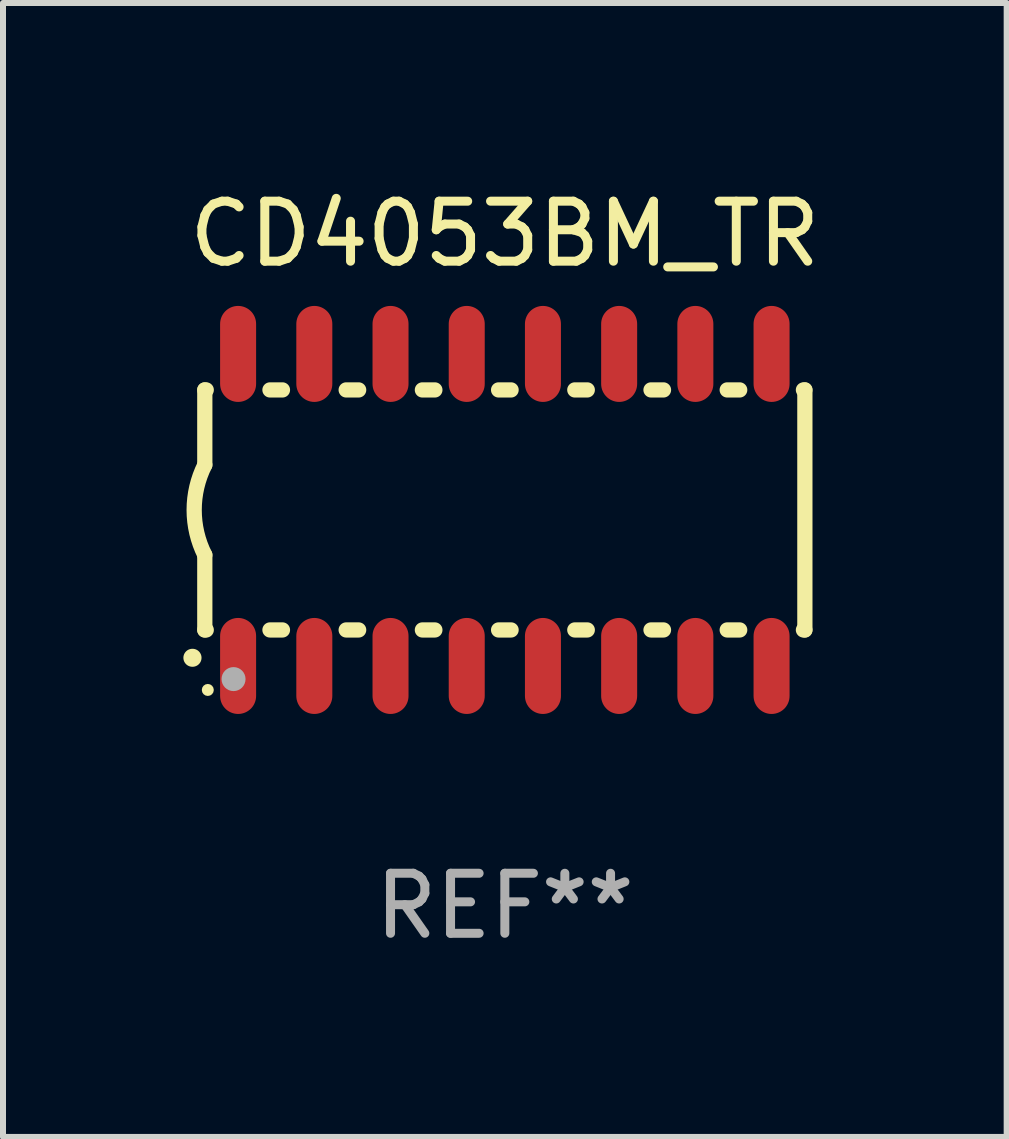
<source format=kicad_pcb>
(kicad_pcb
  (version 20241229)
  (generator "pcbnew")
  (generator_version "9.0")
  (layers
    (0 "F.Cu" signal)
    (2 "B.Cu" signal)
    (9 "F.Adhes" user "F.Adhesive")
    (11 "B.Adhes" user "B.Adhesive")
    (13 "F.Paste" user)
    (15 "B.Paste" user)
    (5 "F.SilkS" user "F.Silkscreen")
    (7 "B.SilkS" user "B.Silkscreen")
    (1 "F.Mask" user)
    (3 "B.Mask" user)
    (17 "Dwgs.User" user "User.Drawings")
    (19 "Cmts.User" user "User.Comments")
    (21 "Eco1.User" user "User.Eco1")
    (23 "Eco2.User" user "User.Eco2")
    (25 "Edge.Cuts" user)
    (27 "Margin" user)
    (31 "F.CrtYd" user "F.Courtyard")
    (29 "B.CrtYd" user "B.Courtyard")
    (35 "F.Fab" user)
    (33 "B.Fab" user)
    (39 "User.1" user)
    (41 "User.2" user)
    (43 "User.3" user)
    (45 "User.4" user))
  (footprint "CD4053BM_TR"
    (layer "F.Cu")
    (at 5.363 5.448)
    (property "Reference" "CD4053BM_TR" (at 0 -4.6 0) (layer "F.SilkS") (effects (font (size 1 1) (thickness 0.15))))
    (attr through_hole)
    (fp_line (start -5 -2) (end -5 -0.75) (stroke (width 0.254) (type solid)) (layer "F.SilkS"))
    (fp_line (start -5 -2) (end -4.976 -2) (stroke (width 0.254) (type solid)) (layer "F.SilkS"))
    (fp_line (start -5 2) (end -5 0.75) (stroke (width 0.254) (type solid)) (layer "F.SilkS"))
    (fp_line (start -5 2) (end -4.976 2) (stroke (width 0.254) (type solid)) (layer "F.SilkS"))
    (fp_line (start -3.914 -2) (end -3.706 -2) (stroke (width 0.254) (type solid)) (layer "F.SilkS"))
    (fp_line (start -3.914 2) (end -3.706 2) (stroke (width 0.254) (type solid)) (layer "F.SilkS"))
    (fp_line (start -2.644 -2) (end -2.436 -2) (stroke (width 0.254) (type solid)) (layer "F.SilkS"))
    (fp_line (start -2.644 2) (end -2.436 2) (stroke (width 0.254) (type solid)) (layer "F.SilkS"))
    (fp_line (start -1.374 -2) (end -1.166 -2) (stroke (width 0.254) (type solid)) (layer "F.SilkS"))
    (fp_line (start -1.374 2) (end -1.166 2) (stroke (width 0.254) (type solid)) (layer "F.SilkS"))
    (fp_line (start -0.104 -2) (end 0.104 -2) (stroke (width 0.254) (type solid)) (layer "F.SilkS"))
    (fp_line (start -0.104 2) (end 0.104 2) (stroke (width 0.254) (type solid)) (layer "F.SilkS"))
    (fp_line (start 1.166 -2) (end 1.374 -2) (stroke (width 0.254) (type solid)) (layer "F.SilkS"))
    (fp_line (start 1.166 2) (end 1.374 2) (stroke (width 0.254) (type solid)) (layer "F.SilkS"))
    (fp_line (start 2.436 -2) (end 2.644 -2) (stroke (width 0.254) (type solid)) (layer "F.SilkS"))
    (fp_line (start 2.436 2) (end 2.644 2) (stroke (width 0.254) (type solid)) (layer "F.SilkS"))
    (fp_line (start 3.706 -2) (end 3.914 -2) (stroke (width 0.254) (type solid)) (layer "F.SilkS"))
    (fp_line (start 3.706 2) (end 3.914 2) (stroke (width 0.254) (type solid)) (layer "F.SilkS"))
    (fp_line (start 4.976 -2) (end 5 -2) (stroke (width 0.254) (type solid)) (layer "F.SilkS"))
    (fp_line (start 4.976 2) (end 5 2) (stroke (width 0.254) (type solid)) (layer "F.SilkS"))
    (fp_line (start 5 2) (end 5 -2) (stroke (width 0.254) (type solid)) (layer "F.SilkS"))
    (fp_arc (start -5.20701 2.46383) (mid -5.20574 2.463825) (end -5.20447 2.46383) (stroke (width 0.3) (type solid)) (layer "F.SilkS"))
    (fp_arc (start -5 0.751207) (mid -5.177192 0.00061) (end -5 -0.749987) (stroke (width 0.254001) (type solid)) (layer "F.SilkS"))
    (fp_circle (center -4.95 3) (end -4.9 3) (stroke (width 0.1) (type solid)) (fill no) (layer "F.SilkS"))
    (fp_circle (center -4.521 2.819) (end -4.421 2.819) (stroke (width 0.2) (type solid)) (fill no) (layer "F.Fab"))
    (fp_text user "REF**" (at 0 6.6 0) (layer "F.Fab") (effects (font (size 1 1) (thickness 0.15))))
    (pad "1" smd oval (at -4.445 2.6 180) (size 0.6 1.6) (layers "F.Cu" "F.Mask" "F.Paste"))
    (pad "2" smd oval (at -3.175 2.6 180) (size 0.6 1.6) (layers "F.Cu" "F.Mask" "F.Paste"))
    (pad "3" smd oval (at -1.905 2.6 180) (size 0.6 1.6) (layers "F.Cu" "F.Mask" "F.Paste"))
    (pad "4" smd oval (at -0.635 2.6 180) (size 0.6 1.6) (layers "F.Cu" "F.Mask" "F.Paste"))
    (pad "5" smd oval (at 0.635 2.6 180) (size 0.6 1.6) (layers "F.Cu" "F.Mask" "F.Paste"))
    (pad "6" smd oval (at 1.905 2.6 180) (size 0.6 1.6) (layers "F.Cu" "F.Mask" "F.Paste"))
    (pad "7" smd oval (at 3.175 2.6 180) (size 0.6 1.6) (layers "F.Cu" "F.Mask" "F.Paste"))
    (pad "8" smd oval (at 4.445 2.6 180) (size 0.6 1.6) (layers "F.Cu" "F.Mask" "F.Paste"))
    (pad "9" smd oval (at 4.445 -2.6 180) (size 0.6 1.6) (layers "F.Cu" "F.Mask" "F.Paste"))
    (pad "10" smd oval (at 3.175 -2.6 180) (size 0.6 1.6) (layers "F.Cu" "F.Mask" "F.Paste"))
    (pad "11" smd oval (at 1.905 -2.6 180) (size 0.6 1.6) (layers "F.Cu" "F.Mask" "F.Paste"))
    (pad "12" smd oval (at 0.635 -2.6 180) (size 0.6 1.6) (layers "F.Cu" "F.Mask" "F.Paste"))
    (pad "13" smd oval (at -0.635 -2.6 180) (size 0.6 1.6) (layers "F.Cu" "F.Mask" "F.Paste"))
    (pad "14" smd oval (at -1.905 -2.6 180) (size 0.6 1.6) (layers "F.Cu" "F.Mask" "F.Paste"))
    (pad "15" smd oval (at -3.175 -2.6 180) (size 0.6 1.6) (layers "F.Cu" "F.Mask" "F.Paste"))
    (pad "16" smd oval (at -4.445 -2.6 180) (size 0.6 1.6) (layers "F.Cu" "F.Mask" "F.Paste")))
  (gr_rect
    (start -3 -3)
    (end 13.726 15.897)
    (stroke (width 0.1) (type default))
    (fill no)
    (layer "Edge.Cuts")))
</source>
